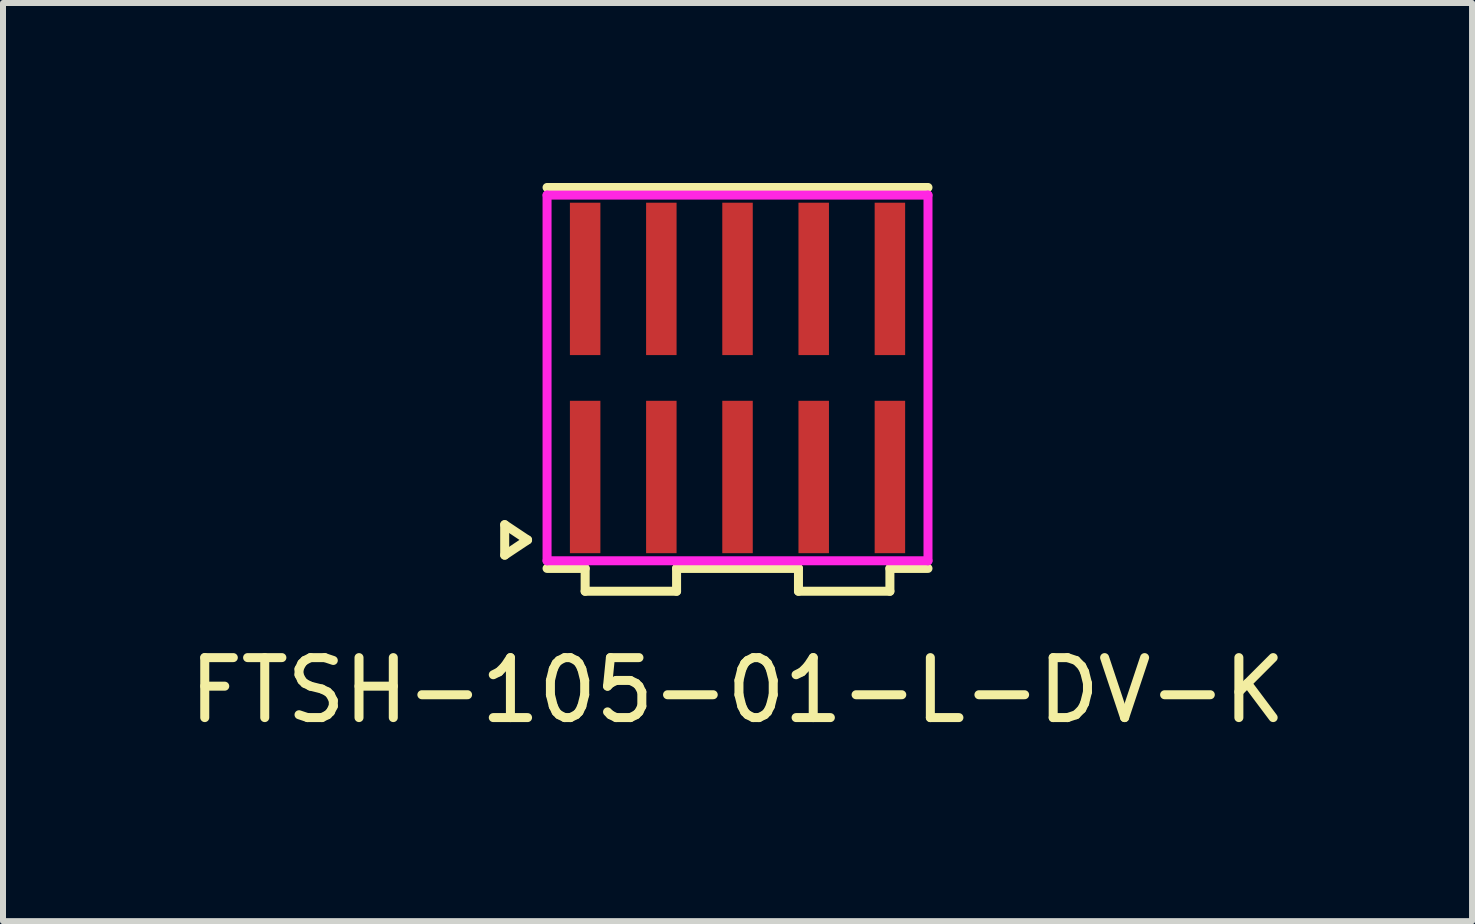
<source format=kicad_pcb>
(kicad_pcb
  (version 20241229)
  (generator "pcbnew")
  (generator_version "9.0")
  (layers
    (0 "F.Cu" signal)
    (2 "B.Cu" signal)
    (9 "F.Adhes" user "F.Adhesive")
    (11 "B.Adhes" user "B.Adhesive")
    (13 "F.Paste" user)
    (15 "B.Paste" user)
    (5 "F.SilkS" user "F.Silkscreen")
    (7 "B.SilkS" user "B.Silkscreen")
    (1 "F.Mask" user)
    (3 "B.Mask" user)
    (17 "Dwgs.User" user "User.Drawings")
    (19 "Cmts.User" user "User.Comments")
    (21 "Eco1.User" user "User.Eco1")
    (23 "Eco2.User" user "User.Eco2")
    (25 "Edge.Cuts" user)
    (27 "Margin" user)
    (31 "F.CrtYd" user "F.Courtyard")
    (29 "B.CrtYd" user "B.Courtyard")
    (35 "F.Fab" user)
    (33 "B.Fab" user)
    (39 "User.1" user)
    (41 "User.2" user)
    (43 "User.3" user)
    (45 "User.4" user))
  (footprint "FTSH-105-01-L-DV-K"
    (layer "F.Cu")
    (at 9.244 3.25)
    (property "Reference" "FTSH-105-01-L-DV-K" (at 0 5.207 0) (layer "F.SilkS") (effects (font (size 1 1) (thickness 0.15))))
    (attr smd)
    (fp_line (start -3.881 2.446) (end -3.881 2.954) (stroke (width 0.15) (type solid)) (layer "F.SilkS"))
    (fp_line (start -3.881 2.954) (end -3.5 2.7) (stroke (width 0.15) (type solid)) (layer "F.SilkS"))
    (fp_line (start -3.5 2.7) (end -3.881 2.446) (stroke (width 0.15) (type solid)) (layer "F.SilkS"))
    (fp_line (start -3.175 -3.175) (end 3.175 -3.175) (stroke (width 0.15) (type solid)) (layer "F.SilkS"))
    (fp_line (start -2.54 3.175) (end -3.175 3.175) (stroke (width 0.15) (type solid)) (layer "F.SilkS"))
    (fp_line (start -2.54 3.175) (end -2.54 3.556) (stroke (width 0.15) (type solid)) (layer "F.SilkS"))
    (fp_line (start -2.54 3.556) (end -1.016 3.556) (stroke (width 0.15) (type solid)) (layer "F.SilkS"))
    (fp_line (start -1.016 3.175) (end 1.016 3.175) (stroke (width 0.15) (type solid)) (layer "F.SilkS"))
    (fp_line (start -1.016 3.556) (end -1.016 3.175) (stroke (width 0.15) (type solid)) (layer "F.SilkS"))
    (fp_line (start 1.016 3.175) (end 1.016 3.556) (stroke (width 0.15) (type solid)) (layer "F.SilkS"))
    (fp_line (start 1.016 3.556) (end 2.54 3.556) (stroke (width 0.15) (type solid)) (layer "F.SilkS"))
    (fp_line (start 2.54 3.175) (end 3.175 3.175) (stroke (width 0.15) (type solid)) (layer "F.SilkS"))
    (fp_line (start 2.54 3.556) (end 2.54 3.175) (stroke (width 0.15) (type solid)) (layer "F.SilkS"))
    (fp_line (start -3.175 -3.048) (end 3.175 -3.048) (stroke (width 0.15) (type solid)) (layer "F.CrtYd"))
    (fp_line (start -3.175 3.048) (end -3.175 -3.048) (stroke (width 0.15) (type solid)) (layer "F.CrtYd"))
    (fp_line (start 3.175 -3.048) (end 3.175 3.048) (stroke (width 0.15) (type solid)) (layer "F.CrtYd"))
    (fp_line (start 3.175 3.048) (end -3.175 3.048) (stroke (width 0.15) (type solid)) (layer "F.CrtYd"))
    (pad "1" smd rect (at -2.54 1.651) (size 0.508 2.54) (layers "F.Cu" "F.Mask" "F.Paste"))
    (pad "2" smd rect (at -2.54 -1.651) (size 0.508 2.54) (layers "F.Cu" "F.Mask" "F.Paste"))
    (pad "3" smd rect (at -1.27 1.651) (size 0.508 2.54) (layers "F.Cu" "F.Mask" "F.Paste"))
    (pad "4" smd rect (at -1.27 -1.651) (size 0.508 2.54) (layers "F.Cu" "F.Mask" "F.Paste"))
    (pad "5" smd rect (at 0 1.651) (size 0.508 2.54) (layers "F.Cu" "F.Mask" "F.Paste"))
    (pad "6" smd rect (at 0 -1.651) (size 0.508 2.54) (layers "F.Cu" "F.Mask" "F.Paste"))
    (pad "7" smd rect (at 1.27 1.651) (size 0.508 2.54) (layers "F.Cu" "F.Mask" "F.Paste"))
    (pad "8" smd rect (at 1.27 -1.651) (size 0.508 2.54) (layers "F.Cu" "F.Mask" "F.Paste"))
    (pad "9" smd rect (at 2.54 1.651) (size 0.508 2.54) (layers "F.Cu" "F.Mask" "F.Paste"))
    (pad "10" smd rect (at 2.54 -1.651) (size 0.508 2.54) (layers "F.Cu" "F.Mask" "F.Paste")))
  (gr_rect
    (start -3 -3)
    (end 21.488 12.305)
    (stroke (width 0.1) (type default))
    (fill no)
    (layer "Edge.Cuts")))
</source>
